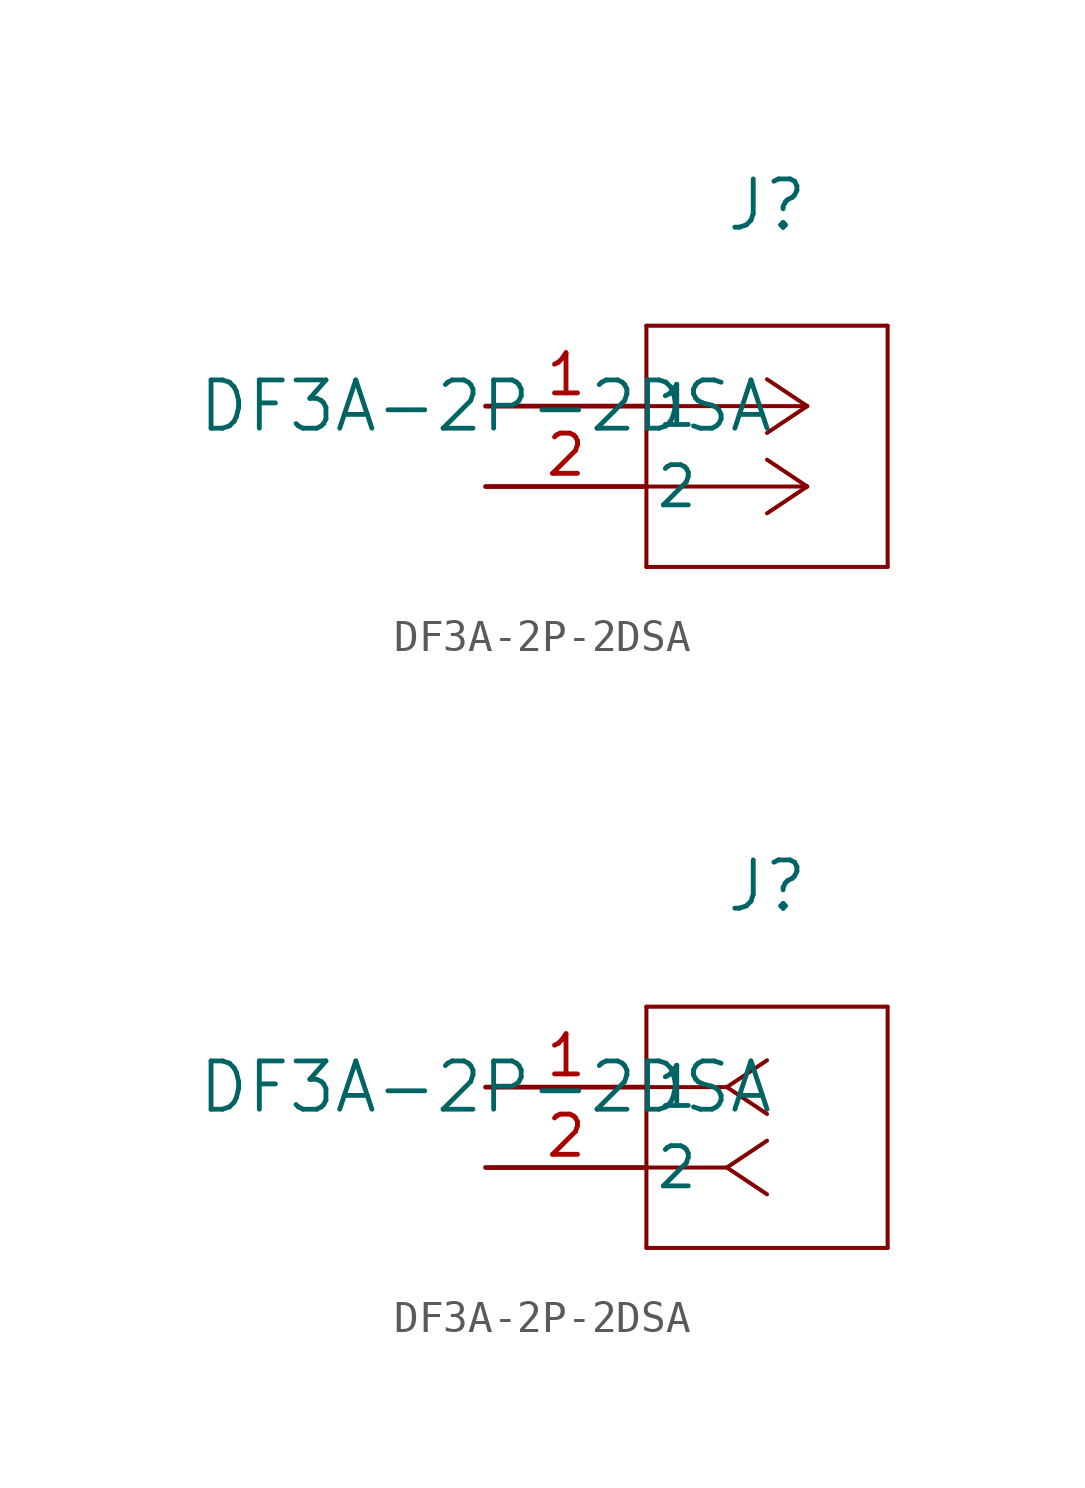
<source format=kicad_sym>
(kicad_symbol_lib
  (version 20211014)
  (generator kicad_symbol_editor)
  (symbol "DF3A-2P-2DSA"
    (pin_names
      (offset 0.254))
    (property "Reference" "J"
      (at 8.89 6.35 0)
      (effects (font (size 1.524 1.524))))
    (property "Value" "DF3A-2P-2DSA"
      (at 0 0 0)
      (effects (font (size 1.524 1.524))))
    (symbol "DF3A-2P-2DSA_1_1"
      (polyline (pts (xy 10.16 0) (xy 5.08 0)) (stroke (width 0.127) (type default) (color 0 0 0 0)) (fill (type none)))
      (polyline (pts (xy 10.16 -2.54) (xy 5.08 -2.54)) (stroke (width 0.127) (type default) (color 0 0 0 0)) (fill (type none)))
      (polyline (pts (xy 10.16 0) (xy 8.89 0.847)) (stroke (width 0.127) (type default) (color 0 0 0 0)) (fill (type none)))
      (polyline (pts (xy 10.16 -2.54) (xy 8.89 -1.693)) (stroke (width 0.127) (type default) (color 0 0 0 0)) (fill (type none)))
      (polyline (pts (xy 10.16 0) (xy 8.89 -0.847)) (stroke (width 0.127) (type default) (color 0 0 0 0)) (fill (type none)))
      (polyline (pts (xy 10.16 -2.54) (xy 8.89 -3.387)) (stroke (width 0.127) (type default) (color 0 0 0 0)) (fill (type none)))
      (polyline (pts (xy 5.08 2.54) (xy 5.08 -5.08)) (stroke (width 0.127) (type default) (color 0 0 0 0)) (fill (type none)))
      (polyline (pts (xy 5.08 -5.08) (xy 12.7 -5.08)) (stroke (width 0.127) (type default) (color 0 0 0 0)) (fill (type none)))
      (polyline (pts (xy 12.7 -5.08) (xy 12.7 2.54)) (stroke (width 0.127) (type default) (color 0 0 0 0)) (fill (type none)))
      (polyline (pts (xy 12.7 2.54) (xy 5.08 2.54)) (stroke (width 0.127) (type default) (color 0 0 0 0)) (fill (type none)))
      (pin unspecified line (at 0 0 0) (length 5.08) (name "1" (effects (font (size 1.27 1.27)))) (number "1" (effects (font (size 1.27 1.27)))))
      (pin unspecified line (at 0 -2.54 0) (length 5.08) (name "2" (effects (font (size 1.27 1.27)))) (number "2" (effects (font (size 1.27 1.27))))))
    (symbol "DF3A-2P-2DSA_1_2"
      (polyline (pts (xy 7.62 0) (xy 5.08 0)) (stroke (width 0.127) (type default) (color 0 0 0 0)) (fill (type none)))
      (polyline (pts (xy 7.62 -2.54) (xy 5.08 -2.54)) (stroke (width 0.127) (type default) (color 0 0 0 0)) (fill (type none)))
      (polyline (pts (xy 7.62 0) (xy 8.89 0.847)) (stroke (width 0.127) (type default) (color 0 0 0 0)) (fill (type none)))
      (polyline (pts (xy 7.62 -2.54) (xy 8.89 -1.693)) (stroke (width 0.127) (type default) (color 0 0 0 0)) (fill (type none)))
      (polyline (pts (xy 7.62 0) (xy 8.89 -0.847)) (stroke (width 0.127) (type default) (color 0 0 0 0)) (fill (type none)))
      (polyline (pts (xy 7.62 -2.54) (xy 8.89 -3.387)) (stroke (width 0.127) (type default) (color 0 0 0 0)) (fill (type none)))
      (polyline (pts (xy 5.08 2.54) (xy 5.08 -5.08)) (stroke (width 0.127) (type default) (color 0 0 0 0)) (fill (type none)))
      (polyline (pts (xy 5.08 -5.08) (xy 12.7 -5.08)) (stroke (width 0.127) (type default) (color 0 0 0 0)) (fill (type none)))
      (polyline (pts (xy 12.7 -5.08) (xy 12.7 2.54)) (stroke (width 0.127) (type default) (color 0 0 0 0)) (fill (type none)))
      (polyline (pts (xy 12.7 2.54) (xy 5.08 2.54)) (stroke (width 0.127) (type default) (color 0 0 0 0)) (fill (type none)))
      (pin unspecified line (at 0 0 0) (length 5.08) (name "1" (effects (font (size 1.27 1.27)))) (number "1" (effects (font (size 1.27 1.27)))))
      (pin unspecified line (at 0 -2.54 0) (length 5.08) (name "2" (effects (font (size 1.27 1.27)))) (number "2" (effects (font (size 1.27 1.27))))))))
</source>
